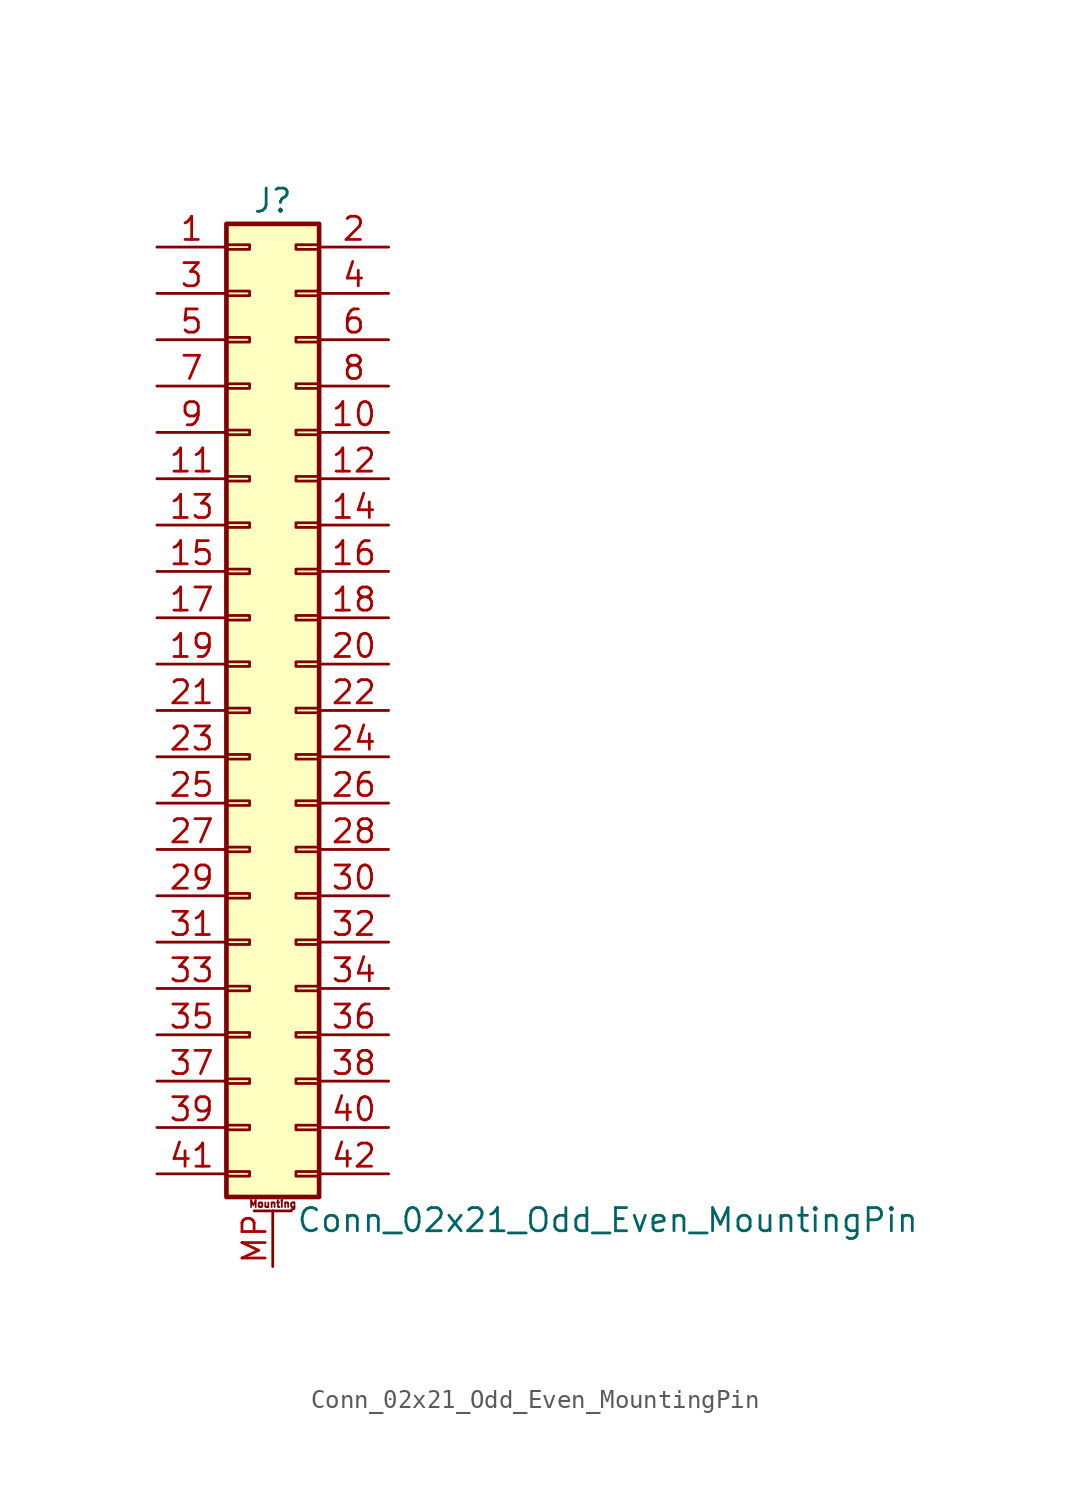
<source format=kicad_sym>
(kicad_symbol_lib
  (version 20211014)
  (generator kicad_symbol_editor)
  (symbol "Conn_02x21_Odd_Even_MountingPin"
    (pin_names
      (offset 1.016) hide)
    (property "Reference" "J"
      (at 1.27 27.94 0)
      (effects (font (size 1.27 1.27))))
    (property "Value" "Conn_02x21_Odd_Even_MountingPin"
      (at 2.54 -27.94 0)
      (effects (font (size 1.27 1.27)) (justify left)))
    (symbol "Conn_02x21_Odd_Even_MountingPin_1_1"
      (rectangle (start -1.27 -25.273) (end 0 -25.527) (stroke (width 0.152) (type default) (color 0 0 0 0)) (fill (type none)))
      (rectangle (start -1.27 -22.733) (end 0 -22.987) (stroke (width 0.152) (type default) (color 0 0 0 0)) (fill (type none)))
      (rectangle (start -1.27 -20.193) (end 0 -20.447) (stroke (width 0.152) (type default) (color 0 0 0 0)) (fill (type none)))
      (rectangle (start -1.27 -17.653) (end 0 -17.907) (stroke (width 0.152) (type default) (color 0 0 0 0)) (fill (type none)))
      (rectangle (start -1.27 -15.113) (end 0 -15.367) (stroke (width 0.152) (type default) (color 0 0 0 0)) (fill (type none)))
      (rectangle (start -1.27 -12.573) (end 0 -12.827) (stroke (width 0.152) (type default) (color 0 0 0 0)) (fill (type none)))
      (rectangle (start -1.27 -10.033) (end 0 -10.287) (stroke (width 0.152) (type default) (color 0 0 0 0)) (fill (type none)))
      (rectangle (start -1.27 -7.493) (end 0 -7.747) (stroke (width 0.152) (type default) (color 0 0 0 0)) (fill (type none)))
      (rectangle (start -1.27 -4.953) (end 0 -5.207) (stroke (width 0.152) (type default) (color 0 0 0 0)) (fill (type none)))
      (rectangle (start -1.27 -2.413) (end 0 -2.667) (stroke (width 0.152) (type default) (color 0 0 0 0)) (fill (type none)))
      (rectangle (start -1.27 0.127) (end 0 -0.127) (stroke (width 0.152) (type default) (color 0 0 0 0)) (fill (type none)))
      (rectangle (start -1.27 2.667) (end 0 2.413) (stroke (width 0.152) (type default) (color 0 0 0 0)) (fill (type none)))
      (rectangle (start -1.27 5.207) (end 0 4.953) (stroke (width 0.152) (type default) (color 0 0 0 0)) (fill (type none)))
      (rectangle (start -1.27 7.747) (end 0 7.493) (stroke (width 0.152) (type default) (color 0 0 0 0)) (fill (type none)))
      (rectangle (start -1.27 10.287) (end 0 10.033) (stroke (width 0.152) (type default) (color 0 0 0 0)) (fill (type none)))
      (rectangle (start -1.27 12.827) (end 0 12.573) (stroke (width 0.152) (type default) (color 0 0 0 0)) (fill (type none)))
      (rectangle (start -1.27 15.367) (end 0 15.113) (stroke (width 0.152) (type default) (color 0 0 0 0)) (fill (type none)))
      (rectangle (start -1.27 17.907) (end 0 17.653) (stroke (width 0.152) (type default) (color 0 0 0 0)) (fill (type none)))
      (rectangle (start -1.27 20.447) (end 0 20.193) (stroke (width 0.152) (type default) (color 0 0 0 0)) (fill (type none)))
      (rectangle (start -1.27 22.987) (end 0 22.733) (stroke (width 0.152) (type default) (color 0 0 0 0)) (fill (type none)))
      (rectangle (start -1.27 25.527) (end 0 25.273) (stroke (width 0.152) (type default) (color 0 0 0 0)) (fill (type none)))
      (rectangle (start -1.27 26.67) (end 3.81 -26.67) (stroke (width 0.254) (type default) (color 0 0 0 0)) (fill (type background)))
      (polyline (pts (xy 0.254 -27.432) (xy 2.286 -27.432)) (stroke (width 0.152) (type default) (color 0 0 0 0)) (fill (type none)))
      (rectangle (start 3.81 -25.273) (end 2.54 -25.527) (stroke (width 0.152) (type default) (color 0 0 0 0)) (fill (type none)))
      (rectangle (start 3.81 -22.733) (end 2.54 -22.987) (stroke (width 0.152) (type default) (color 0 0 0 0)) (fill (type none)))
      (rectangle (start 3.81 -20.193) (end 2.54 -20.447) (stroke (width 0.152) (type default) (color 0 0 0 0)) (fill (type none)))
      (rectangle (start 3.81 -17.653) (end 2.54 -17.907) (stroke (width 0.152) (type default) (color 0 0 0 0)) (fill (type none)))
      (rectangle (start 3.81 -15.113) (end 2.54 -15.367) (stroke (width 0.152) (type default) (color 0 0 0 0)) (fill (type none)))
      (rectangle (start 3.81 -12.573) (end 2.54 -12.827) (stroke (width 0.152) (type default) (color 0 0 0 0)) (fill (type none)))
      (rectangle (start 3.81 -10.033) (end 2.54 -10.287) (stroke (width 0.152) (type default) (color 0 0 0 0)) (fill (type none)))
      (rectangle (start 3.81 -7.493) (end 2.54 -7.747) (stroke (width 0.152) (type default) (color 0 0 0 0)) (fill (type none)))
      (rectangle (start 3.81 -4.953) (end 2.54 -5.207) (stroke (width 0.152) (type default) (color 0 0 0 0)) (fill (type none)))
      (rectangle (start 3.81 -2.413) (end 2.54 -2.667) (stroke (width 0.152) (type default) (color 0 0 0 0)) (fill (type none)))
      (rectangle (start 3.81 0.127) (end 2.54 -0.127) (stroke (width 0.152) (type default) (color 0 0 0 0)) (fill (type none)))
      (rectangle (start 3.81 2.667) (end 2.54 2.413) (stroke (width 0.152) (type default) (color 0 0 0 0)) (fill (type none)))
      (rectangle (start 3.81 5.207) (end 2.54 4.953) (stroke (width 0.152) (type default) (color 0 0 0 0)) (fill (type none)))
      (rectangle (start 3.81 7.747) (end 2.54 7.493) (stroke (width 0.152) (type default) (color 0 0 0 0)) (fill (type none)))
      (rectangle (start 3.81 10.287) (end 2.54 10.033) (stroke (width 0.152) (type default) (color 0 0 0 0)) (fill (type none)))
      (rectangle (start 3.81 12.827) (end 2.54 12.573) (stroke (width 0.152) (type default) (color 0 0 0 0)) (fill (type none)))
      (rectangle (start 3.81 15.367) (end 2.54 15.113) (stroke (width 0.152) (type default) (color 0 0 0 0)) (fill (type none)))
      (rectangle (start 3.81 17.907) (end 2.54 17.653) (stroke (width 0.152) (type default) (color 0 0 0 0)) (fill (type none)))
      (rectangle (start 3.81 20.447) (end 2.54 20.193) (stroke (width 0.152) (type default) (color 0 0 0 0)) (fill (type none)))
      (rectangle (start 3.81 22.987) (end 2.54 22.733) (stroke (width 0.152) (type default) (color 0 0 0 0)) (fill (type none)))
      (rectangle (start 3.81 25.527) (end 2.54 25.273) (stroke (width 0.152) (type default) (color 0 0 0 0)) (fill (type none)))
      (text "Mounting" (at 1.27 -27.051 0) (effects (font (size 0.381 0.381))))
      (pin passive line (at -5.08 25.4 0) (length 3.81) (name "Pin_1" (effects (font (size 1.27 1.27)))) (number "1" (effects (font (size 1.27 1.27)))))
      (pin passive line (at 7.62 15.24 180) (length 3.81) (name "Pin_10" (effects (font (size 1.27 1.27)))) (number "10" (effects (font (size 1.27 1.27)))))
      (pin passive line (at -5.08 12.7 0) (length 3.81) (name "Pin_11" (effects (font (size 1.27 1.27)))) (number "11" (effects (font (size 1.27 1.27)))))
      (pin passive line (at 7.62 12.7 180) (length 3.81) (name "Pin_12" (effects (font (size 1.27 1.27)))) (number "12" (effects (font (size 1.27 1.27)))))
      (pin passive line (at -5.08 10.16 0) (length 3.81) (name "Pin_13" (effects (font (size 1.27 1.27)))) (number "13" (effects (font (size 1.27 1.27)))))
      (pin passive line (at 7.62 10.16 180) (length 3.81) (name "Pin_14" (effects (font (size 1.27 1.27)))) (number "14" (effects (font (size 1.27 1.27)))))
      (pin passive line (at -5.08 7.62 0) (length 3.81) (name "Pin_15" (effects (font (size 1.27 1.27)))) (number "15" (effects (font (size 1.27 1.27)))))
      (pin passive line (at 7.62 7.62 180) (length 3.81) (name "Pin_16" (effects (font (size 1.27 1.27)))) (number "16" (effects (font (size 1.27 1.27)))))
      (pin passive line (at -5.08 5.08 0) (length 3.81) (name "Pin_17" (effects (font (size 1.27 1.27)))) (number "17" (effects (font (size 1.27 1.27)))))
      (pin passive line (at 7.62 5.08 180) (length 3.81) (name "Pin_18" (effects (font (size 1.27 1.27)))) (number "18" (effects (font (size 1.27 1.27)))))
      (pin passive line (at -5.08 2.54 0) (length 3.81) (name "Pin_19" (effects (font (size 1.27 1.27)))) (number "19" (effects (font (size 1.27 1.27)))))
      (pin passive line (at 7.62 25.4 180) (length 3.81) (name "Pin_2" (effects (font (size 1.27 1.27)))) (number "2" (effects (font (size 1.27 1.27)))))
      (pin passive line (at 7.62 2.54 180) (length 3.81) (name "Pin_20" (effects (font (size 1.27 1.27)))) (number "20" (effects (font (size 1.27 1.27)))))
      (pin passive line (at -5.08 0 0) (length 3.81) (name "Pin_21" (effects (font (size 1.27 1.27)))) (number "21" (effects (font (size 1.27 1.27)))))
      (pin passive line (at 7.62 0 180) (length 3.81) (name "Pin_22" (effects (font (size 1.27 1.27)))) (number "22" (effects (font (size 1.27 1.27)))))
      (pin passive line (at -5.08 -2.54 0) (length 3.81) (name "Pin_23" (effects (font (size 1.27 1.27)))) (number "23" (effects (font (size 1.27 1.27)))))
      (pin passive line (at 7.62 -2.54 180) (length 3.81) (name "Pin_24" (effects (font (size 1.27 1.27)))) (number "24" (effects (font (size 1.27 1.27)))))
      (pin passive line (at -5.08 -5.08 0) (length 3.81) (name "Pin_25" (effects (font (size 1.27 1.27)))) (number "25" (effects (font (size 1.27 1.27)))))
      (pin passive line (at 7.62 -5.08 180) (length 3.81) (name "Pin_26" (effects (font (size 1.27 1.27)))) (number "26" (effects (font (size 1.27 1.27)))))
      (pin passive line (at -5.08 -7.62 0) (length 3.81) (name "Pin_27" (effects (font (size 1.27 1.27)))) (number "27" (effects (font (size 1.27 1.27)))))
      (pin passive line (at 7.62 -7.62 180) (length 3.81) (name "Pin_28" (effects (font (size 1.27 1.27)))) (number "28" (effects (font (size 1.27 1.27)))))
      (pin passive line (at -5.08 -10.16 0) (length 3.81) (name "Pin_29" (effects (font (size 1.27 1.27)))) (number "29" (effects (font (size 1.27 1.27)))))
      (pin passive line (at -5.08 22.86 0) (length 3.81) (name "Pin_3" (effects (font (size 1.27 1.27)))) (number "3" (effects (font (size 1.27 1.27)))))
      (pin passive line (at 7.62 -10.16 180) (length 3.81) (name "Pin_30" (effects (font (size 1.27 1.27)))) (number "30" (effects (font (size 1.27 1.27)))))
      (pin passive line (at -5.08 -12.7 0) (length 3.81) (name "Pin_31" (effects (font (size 1.27 1.27)))) (number "31" (effects (font (size 1.27 1.27)))))
      (pin passive line (at 7.62 -12.7 180) (length 3.81) (name "Pin_32" (effects (font (size 1.27 1.27)))) (number "32" (effects (font (size 1.27 1.27)))))
      (pin passive line (at -5.08 -15.24 0) (length 3.81) (name "Pin_33" (effects (font (size 1.27 1.27)))) (number "33" (effects (font (size 1.27 1.27)))))
      (pin passive line (at 7.62 -15.24 180) (length 3.81) (name "Pin_34" (effects (font (size 1.27 1.27)))) (number "34" (effects (font (size 1.27 1.27)))))
      (pin passive line (at -5.08 -17.78 0) (length 3.81) (name "Pin_35" (effects (font (size 1.27 1.27)))) (number "35" (effects (font (size 1.27 1.27)))))
      (pin passive line (at 7.62 -17.78 180) (length 3.81) (name "Pin_36" (effects (font (size 1.27 1.27)))) (number "36" (effects (font (size 1.27 1.27)))))
      (pin passive line (at -5.08 -20.32 0) (length 3.81) (name "Pin_37" (effects (font (size 1.27 1.27)))) (number "37" (effects (font (size 1.27 1.27)))))
      (pin passive line (at 7.62 -20.32 180) (length 3.81) (name "Pin_38" (effects (font (size 1.27 1.27)))) (number "38" (effects (font (size 1.27 1.27)))))
      (pin passive line (at -5.08 -22.86 0) (length 3.81) (name "Pin_39" (effects (font (size 1.27 1.27)))) (number "39" (effects (font (size 1.27 1.27)))))
      (pin passive line (at 7.62 22.86 180) (length 3.81) (name "Pin_4" (effects (font (size 1.27 1.27)))) (number "4" (effects (font (size 1.27 1.27)))))
      (pin passive line (at 7.62 -22.86 180) (length 3.81) (name "Pin_40" (effects (font (size 1.27 1.27)))) (number "40" (effects (font (size 1.27 1.27)))))
      (pin passive line (at -5.08 -25.4 0) (length 3.81) (name "Pin_41" (effects (font (size 1.27 1.27)))) (number "41" (effects (font (size 1.27 1.27)))))
      (pin passive line (at 7.62 -25.4 180) (length 3.81) (name "Pin_42" (effects (font (size 1.27 1.27)))) (number "42" (effects (font (size 1.27 1.27)))))
      (pin passive line (at -5.08 20.32 0) (length 3.81) (name "Pin_5" (effects (font (size 1.27 1.27)))) (number "5" (effects (font (size 1.27 1.27)))))
      (pin passive line (at 7.62 20.32 180) (length 3.81) (name "Pin_6" (effects (font (size 1.27 1.27)))) (number "6" (effects (font (size 1.27 1.27)))))
      (pin passive line (at -5.08 17.78 0) (length 3.81) (name "Pin_7" (effects (font (size 1.27 1.27)))) (number "7" (effects (font (size 1.27 1.27)))))
      (pin passive line (at 7.62 17.78 180) (length 3.81) (name "Pin_8" (effects (font (size 1.27 1.27)))) (number "8" (effects (font (size 1.27 1.27)))))
      (pin passive line (at -5.08 15.24 0) (length 3.81) (name "Pin_9" (effects (font (size 1.27 1.27)))) (number "9" (effects (font (size 1.27 1.27)))))
      (pin passive line (at 1.27 -30.48 90) (length 3.048) (name "MountPin" (effects (font (size 1.27 1.27)))) (number "MP" (effects (font (size 1.27 1.27))))))))
</source>
